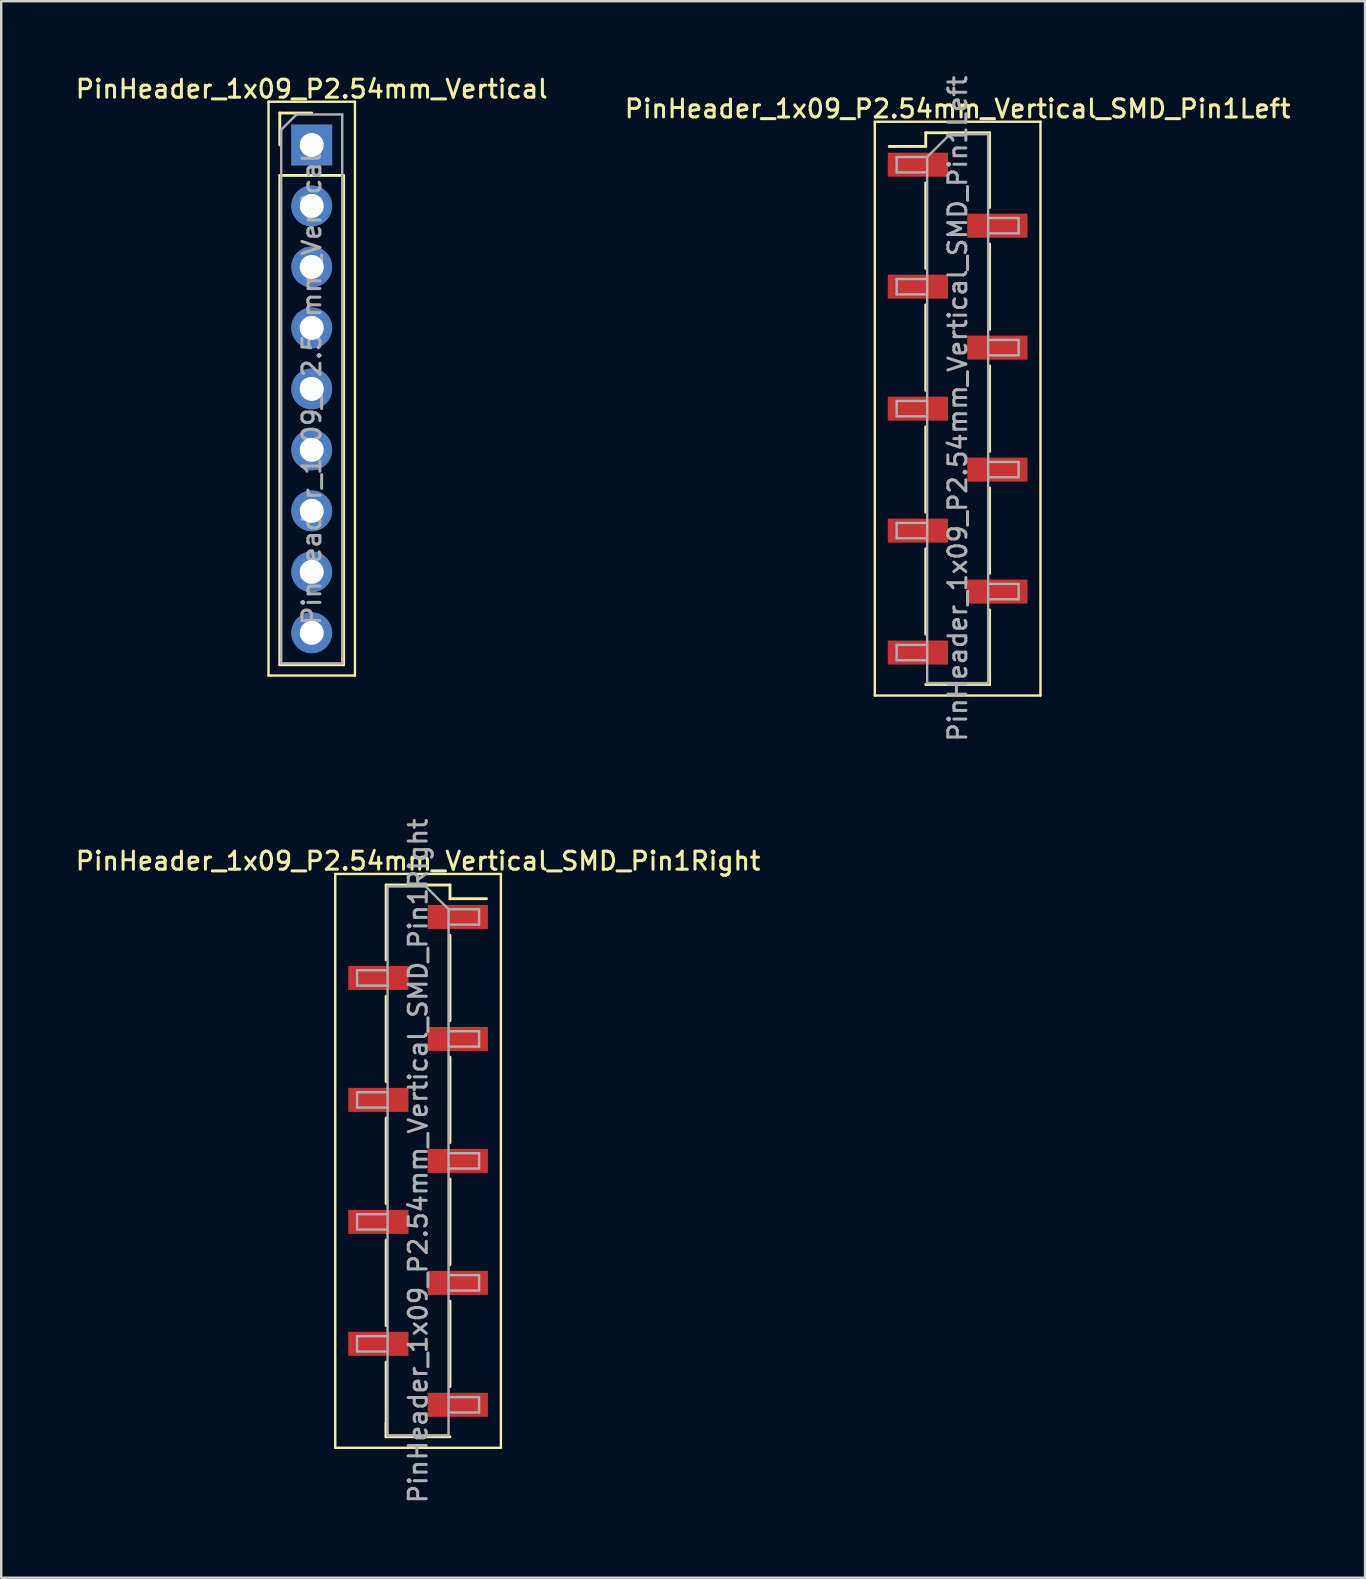
<source format=kicad_pcb>
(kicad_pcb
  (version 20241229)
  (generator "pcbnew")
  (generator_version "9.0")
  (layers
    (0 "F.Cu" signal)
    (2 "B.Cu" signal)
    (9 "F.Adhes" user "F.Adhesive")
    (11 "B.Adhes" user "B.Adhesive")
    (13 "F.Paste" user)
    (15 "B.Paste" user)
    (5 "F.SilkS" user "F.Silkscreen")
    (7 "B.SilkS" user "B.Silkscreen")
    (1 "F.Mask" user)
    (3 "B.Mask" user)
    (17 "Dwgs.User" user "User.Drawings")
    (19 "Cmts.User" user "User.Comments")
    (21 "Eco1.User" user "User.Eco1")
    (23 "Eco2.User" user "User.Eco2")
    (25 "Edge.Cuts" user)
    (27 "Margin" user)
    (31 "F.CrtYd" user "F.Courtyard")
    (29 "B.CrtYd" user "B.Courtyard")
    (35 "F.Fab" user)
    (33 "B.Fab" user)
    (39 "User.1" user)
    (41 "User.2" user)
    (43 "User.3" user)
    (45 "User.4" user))
  (footprint "PinHeader_1x09_P2.54mm_Vertical_SMD_Pin1Left"
    (layer "F.Cu")
    (at 36.838 13.97)
    (property "Reference" "PinHeader_1x09_P2.54mm_Vertical_SMD_Pin1Left" (at 0 -12.49 0) (layer "F.SilkS") (effects (font (size 0.75 0.75) (thickness 0.125))))
    (attr smd)
    (fp_line (start -3.45 -11.95) (end -3.45 11.95) (stroke (width 0.1) (type solid)) (layer "F.SilkS"))
    (fp_line (start -3.45 11.95) (end 3.45 11.95) (stroke (width 0.1) (type solid)) (layer "F.SilkS"))
    (fp_line (start -1.33 -11.49) (end -1.33 -10.92) (stroke (width 0.12) (type solid)) (layer "F.SilkS"))
    (fp_line (start -1.33 -11.49) (end 1.33 -11.49) (stroke (width 0.12) (type solid)) (layer "F.SilkS"))
    (fp_line (start -1.33 -10.92) (end -2.85 -10.92) (stroke (width 0.12) (type solid)) (layer "F.SilkS"))
    (fp_line (start -1.33 -9.4) (end -1.33 -5.84) (stroke (width 0.12) (type solid)) (layer "F.SilkS"))
    (fp_line (start -1.33 -4.32) (end -1.33 -0.76) (stroke (width 0.12) (type solid)) (layer "F.SilkS"))
    (fp_line (start -1.33 0.76) (end -1.33 4.32) (stroke (width 0.12) (type solid)) (layer "F.SilkS"))
    (fp_line (start -1.33 5.84) (end -1.33 9.4) (stroke (width 0.12) (type solid)) (layer "F.SilkS"))
    (fp_line (start -1.33 11.49) (end 1.33 11.49) (stroke (width 0.12) (type solid)) (layer "F.SilkS"))
    (fp_line (start 1.33 -11.49) (end 1.33 -8.38) (stroke (width 0.12) (type solid)) (layer "F.SilkS"))
    (fp_line (start 1.33 -6.86) (end 1.33 -3.3) (stroke (width 0.12) (type solid)) (layer "F.SilkS"))
    (fp_line (start 1.33 -1.78) (end 1.33 1.78) (stroke (width 0.12) (type solid)) (layer "F.SilkS"))
    (fp_line (start 1.33 3.3) (end 1.33 6.86) (stroke (width 0.12) (type solid)) (layer "F.SilkS"))
    (fp_line (start 1.33 8.38) (end 1.33 11.49) (stroke (width 0.12) (type solid)) (layer "F.SilkS"))
    (fp_line (start 1.33 10.92) (end 1.33 11.49) (stroke (width 0.12) (type solid)) (layer "F.SilkS"))
    (fp_line (start 3.45 -11.95) (end -3.45 -11.95) (stroke (width 0.1) (type solid)) (layer "F.SilkS"))
    (fp_line (start 3.45 11.95) (end 3.45 -11.95) (stroke (width 0.1) (type solid)) (layer "F.SilkS"))
    (fp_line (start -2.54 -10.48) (end -2.54 -9.84) (stroke (width 0.1) (type solid)) (layer "F.Fab"))
    (fp_line (start -2.54 -9.84) (end -1.27 -9.84) (stroke (width 0.1) (type solid)) (layer "F.Fab"))
    (fp_line (start -2.54 -5.4) (end -2.54 -4.76) (stroke (width 0.1) (type solid)) (layer "F.Fab"))
    (fp_line (start -2.54 -4.76) (end -1.27 -4.76) (stroke (width 0.1) (type solid)) (layer "F.Fab"))
    (fp_line (start -2.54 -0.32) (end -2.54 0.32) (stroke (width 0.1) (type solid)) (layer "F.Fab"))
    (fp_line (start -2.54 0.32) (end -1.27 0.32) (stroke (width 0.1) (type solid)) (layer "F.Fab"))
    (fp_line (start -2.54 4.76) (end -2.54 5.4) (stroke (width 0.1) (type solid)) (layer "F.Fab"))
    (fp_line (start -2.54 5.4) (end -1.27 5.4) (stroke (width 0.1) (type solid)) (layer "F.Fab"))
    (fp_line (start -2.54 9.84) (end -2.54 10.48) (stroke (width 0.1) (type solid)) (layer "F.Fab"))
    (fp_line (start -2.54 10.48) (end -1.27 10.48) (stroke (width 0.1) (type solid)) (layer "F.Fab"))
    (fp_line (start -1.27 -10.48) (end -2.54 -10.48) (stroke (width 0.1) (type solid)) (layer "F.Fab"))
    (fp_line (start -1.27 -10.48) (end -0.32 -11.43) (stroke (width 0.1) (type solid)) (layer "F.Fab"))
    (fp_line (start -1.27 -5.4) (end -2.54 -5.4) (stroke (width 0.1) (type solid)) (layer "F.Fab"))
    (fp_line (start -1.27 -0.32) (end -2.54 -0.32) (stroke (width 0.1) (type solid)) (layer "F.Fab"))
    (fp_line (start -1.27 4.76) (end -2.54 4.76) (stroke (width 0.1) (type solid)) (layer "F.Fab"))
    (fp_line (start -1.27 9.84) (end -2.54 9.84) (stroke (width 0.1) (type solid)) (layer "F.Fab"))
    (fp_line (start -1.27 11.43) (end -1.27 -10.48) (stroke (width 0.1) (type solid)) (layer "F.Fab"))
    (fp_line (start -0.32 -11.43) (end 1.27 -11.43) (stroke (width 0.1) (type solid)) (layer "F.Fab"))
    (fp_line (start 1.27 -11.43) (end 1.27 11.43) (stroke (width 0.1) (type solid)) (layer "F.Fab"))
    (fp_line (start 1.27 -7.94) (end 2.54 -7.94) (stroke (width 0.1) (type solid)) (layer "F.Fab"))
    (fp_line (start 1.27 -2.86) (end 2.54 -2.86) (stroke (width 0.1) (type solid)) (layer "F.Fab"))
    (fp_line (start 1.27 2.22) (end 2.54 2.22) (stroke (width 0.1) (type solid)) (layer "F.Fab"))
    (fp_line (start 1.27 7.3) (end 2.54 7.3) (stroke (width 0.1) (type solid)) (layer "F.Fab"))
    (fp_line (start 1.27 11.43) (end -1.27 11.43) (stroke (width 0.1) (type solid)) (layer "F.Fab"))
    (fp_line (start 2.54 -7.94) (end 2.54 -7.3) (stroke (width 0.1) (type solid)) (layer "F.Fab"))
    (fp_line (start 2.54 -7.3) (end 1.27 -7.3) (stroke (width 0.1) (type solid)) (layer "F.Fab"))
    (fp_line (start 2.54 -2.86) (end 2.54 -2.22) (stroke (width 0.1) (type solid)) (layer "F.Fab"))
    (fp_line (start 2.54 -2.22) (end 1.27 -2.22) (stroke (width 0.1) (type solid)) (layer "F.Fab"))
    (fp_line (start 2.54 2.22) (end 2.54 2.86) (stroke (width 0.1) (type solid)) (layer "F.Fab"))
    (fp_line (start 2.54 2.86) (end 1.27 2.86) (stroke (width 0.1) (type solid)) (layer "F.Fab"))
    (fp_line (start 2.54 7.3) (end 2.54 7.94) (stroke (width 0.1) (type solid)) (layer "F.Fab"))
    (fp_line (start 2.54 7.94) (end 1.27 7.94) (stroke (width 0.1) (type solid)) (layer "F.Fab"))
    (fp_text user "${REFERENCE}" (at 0 0 90) (layer "F.Fab") (effects (font (size 0.75 0.75) (thickness 0.125))))
    (pad "1" smd rect (at -1.655 -10.16) (size 2.51 1) (layers "F.Cu" "F.Mask" "F.Paste"))
    (pad "2" smd rect (at 1.655 -7.62) (size 2.51 1) (layers "F.Cu" "F.Mask" "F.Paste"))
    (pad "3" smd rect (at -1.655 -5.08) (size 2.51 1) (layers "F.Cu" "F.Mask" "F.Paste"))
    (pad "4" smd rect (at 1.655 -2.54) (size 2.51 1) (layers "F.Cu" "F.Mask" "F.Paste"))
    (pad "5" smd rect (at -1.655 0) (size 2.51 1) (layers "F.Cu" "F.Mask" "F.Paste"))
    (pad "6" smd rect (at 1.655 2.54) (size 2.51 1) (layers "F.Cu" "F.Mask" "F.Paste"))
    (pad "7" smd rect (at -1.655 5.08) (size 2.51 1) (layers "F.Cu" "F.Mask" "F.Paste"))
    (pad "8" smd rect (at 1.655 7.62) (size 2.51 1) (layers "F.Cu" "F.Mask" "F.Paste"))
    (pad "9" smd rect (at -1.655 10.16) (size 2.51 1) (layers "F.Cu" "F.Mask" "F.Paste")))
  (footprint "PinHeader_1x09_P2.54mm_Vertical_SMD_Pin1Right"
    (layer "F.Cu")
    (at 14.363 45.302)
    (property "Reference" "PinHeader_1x09_P2.54mm_Vertical_SMD_Pin1Right" (at 0 -12.49 0) (layer "F.SilkS") (effects (font (size 0.75 0.75) (thickness 0.125))))
    (attr smd)
    (fp_line (start -3.45 -11.95) (end -3.45 11.95) (stroke (width 0.1) (type solid)) (layer "F.SilkS"))
    (fp_line (start -3.45 11.95) (end 3.45 11.95) (stroke (width 0.1) (type solid)) (layer "F.SilkS"))
    (fp_line (start -1.33 -11.49) (end -1.33 -8.38) (stroke (width 0.12) (type solid)) (layer "F.SilkS"))
    (fp_line (start -1.33 -11.49) (end 1.33 -11.49) (stroke (width 0.12) (type solid)) (layer "F.SilkS"))
    (fp_line (start -1.33 -6.86) (end -1.33 -3.3) (stroke (width 0.12) (type solid)) (layer "F.SilkS"))
    (fp_line (start -1.33 -1.78) (end -1.33 1.78) (stroke (width 0.12) (type solid)) (layer "F.SilkS"))
    (fp_line (start -1.33 3.3) (end -1.33 6.86) (stroke (width 0.12) (type solid)) (layer "F.SilkS"))
    (fp_line (start -1.33 8.38) (end -1.33 11.49) (stroke (width 0.12) (type solid)) (layer "F.SilkS"))
    (fp_line (start -1.33 10.92) (end -1.33 11.49) (stroke (width 0.12) (type solid)) (layer "F.SilkS"))
    (fp_line (start -1.33 11.49) (end 1.33 11.49) (stroke (width 0.12) (type solid)) (layer "F.SilkS"))
    (fp_line (start 1.33 -11.49) (end 1.33 -10.92) (stroke (width 0.12) (type solid)) (layer "F.SilkS"))
    (fp_line (start 1.33 -10.92) (end 2.85 -10.92) (stroke (width 0.12) (type solid)) (layer "F.SilkS"))
    (fp_line (start 1.33 -9.4) (end 1.33 -5.84) (stroke (width 0.12) (type solid)) (layer "F.SilkS"))
    (fp_line (start 1.33 -4.32) (end 1.33 -0.76) (stroke (width 0.12) (type solid)) (layer "F.SilkS"))
    (fp_line (start 1.33 0.76) (end 1.33 4.32) (stroke (width 0.12) (type solid)) (layer "F.SilkS"))
    (fp_line (start 1.33 5.84) (end 1.33 9.4) (stroke (width 0.12) (type solid)) (layer "F.SilkS"))
    (fp_line (start 3.45 -11.95) (end -3.45 -11.95) (stroke (width 0.1) (type solid)) (layer "F.SilkS"))
    (fp_line (start 3.45 11.95) (end 3.45 -11.95) (stroke (width 0.1) (type solid)) (layer "F.SilkS"))
    (fp_line (start -2.54 -7.94) (end -2.54 -7.3) (stroke (width 0.1) (type solid)) (layer "F.Fab"))
    (fp_line (start -2.54 -7.3) (end -1.27 -7.3) (stroke (width 0.1) (type solid)) (layer "F.Fab"))
    (fp_line (start -2.54 -2.86) (end -2.54 -2.22) (stroke (width 0.1) (type solid)) (layer "F.Fab"))
    (fp_line (start -2.54 -2.22) (end -1.27 -2.22) (stroke (width 0.1) (type solid)) (layer "F.Fab"))
    (fp_line (start -2.54 2.22) (end -2.54 2.86) (stroke (width 0.1) (type solid)) (layer "F.Fab"))
    (fp_line (start -2.54 2.86) (end -1.27 2.86) (stroke (width 0.1) (type solid)) (layer "F.Fab"))
    (fp_line (start -2.54 7.3) (end -2.54 7.94) (stroke (width 0.1) (type solid)) (layer "F.Fab"))
    (fp_line (start -2.54 7.94) (end -1.27 7.94) (stroke (width 0.1) (type solid)) (layer "F.Fab"))
    (fp_line (start -1.27 -11.43) (end -1.27 11.43) (stroke (width 0.1) (type solid)) (layer "F.Fab"))
    (fp_line (start -1.27 -11.43) (end 0.32 -11.43) (stroke (width 0.1) (type solid)) (layer "F.Fab"))
    (fp_line (start -1.27 -7.94) (end -2.54 -7.94) (stroke (width 0.1) (type solid)) (layer "F.Fab"))
    (fp_line (start -1.27 -2.86) (end -2.54 -2.86) (stroke (width 0.1) (type solid)) (layer "F.Fab"))
    (fp_line (start -1.27 2.22) (end -2.54 2.22) (stroke (width 0.1) (type solid)) (layer "F.Fab"))
    (fp_line (start -1.27 7.3) (end -2.54 7.3) (stroke (width 0.1) (type solid)) (layer "F.Fab"))
    (fp_line (start 1.27 -10.48) (end 0.32 -11.43) (stroke (width 0.1) (type solid)) (layer "F.Fab"))
    (fp_line (start 1.27 -10.48) (end 2.54 -10.48) (stroke (width 0.1) (type solid)) (layer "F.Fab"))
    (fp_line (start 1.27 -5.4) (end 2.54 -5.4) (stroke (width 0.1) (type solid)) (layer "F.Fab"))
    (fp_line (start 1.27 -0.32) (end 2.54 -0.32) (stroke (width 0.1) (type solid)) (layer "F.Fab"))
    (fp_line (start 1.27 4.76) (end 2.54 4.76) (stroke (width 0.1) (type solid)) (layer "F.Fab"))
    (fp_line (start 1.27 9.84) (end 2.54 9.84) (stroke (width 0.1) (type solid)) (layer "F.Fab"))
    (fp_line (start 1.27 11.43) (end -1.27 11.43) (stroke (width 0.1) (type solid)) (layer "F.Fab"))
    (fp_line (start 1.27 11.43) (end 1.27 -10.48) (stroke (width 0.1) (type solid)) (layer "F.Fab"))
    (fp_line (start 2.54 -10.48) (end 2.54 -9.84) (stroke (width 0.1) (type solid)) (layer "F.Fab"))
    (fp_line (start 2.54 -9.84) (end 1.27 -9.84) (stroke (width 0.1) (type solid)) (layer "F.Fab"))
    (fp_line (start 2.54 -5.4) (end 2.54 -4.76) (stroke (width 0.1) (type solid)) (layer "F.Fab"))
    (fp_line (start 2.54 -4.76) (end 1.27 -4.76) (stroke (width 0.1) (type solid)) (layer "F.Fab"))
    (fp_line (start 2.54 -0.32) (end 2.54 0.32) (stroke (width 0.1) (type solid)) (layer "F.Fab"))
    (fp_line (start 2.54 0.32) (end 1.27 0.32) (stroke (width 0.1) (type solid)) (layer "F.Fab"))
    (fp_line (start 2.54 4.76) (end 2.54 5.4) (stroke (width 0.1) (type solid)) (layer "F.Fab"))
    (fp_line (start 2.54 5.4) (end 1.27 5.4) (stroke (width 0.1) (type solid)) (layer "F.Fab"))
    (fp_line (start 2.54 9.84) (end 2.54 10.48) (stroke (width 0.1) (type solid)) (layer "F.Fab"))
    (fp_line (start 2.54 10.48) (end 1.27 10.48) (stroke (width 0.1) (type solid)) (layer "F.Fab"))
    (fp_text user "${REFERENCE}" (at 0 0 90) (layer "F.Fab") (effects (font (size 0.75 0.75) (thickness 0.125))))
    (pad "1" smd rect (at 1.655 -10.16) (size 2.51 1) (layers "F.Cu" "F.Mask" "F.Paste"))
    (pad "2" smd rect (at -1.655 -7.62) (size 2.51 1) (layers "F.Cu" "F.Mask" "F.Paste"))
    (pad "3" smd rect (at 1.655 -5.08) (size 2.51 1) (layers "F.Cu" "F.Mask" "F.Paste"))
    (pad "4" smd rect (at -1.655 -2.54) (size 2.51 1) (layers "F.Cu" "F.Mask" "F.Paste"))
    (pad "5" smd rect (at 1.655 0) (size 2.51 1) (layers "F.Cu" "F.Mask" "F.Paste"))
    (pad "6" smd rect (at -1.655 2.54) (size 2.51 1) (layers "F.Cu" "F.Mask" "F.Paste"))
    (pad "7" smd rect (at 1.655 5.08) (size 2.51 1) (layers "F.Cu" "F.Mask" "F.Paste"))
    (pad "8" smd rect (at -1.655 7.62) (size 2.51 1) (layers "F.Cu" "F.Mask" "F.Paste"))
    (pad "9" smd rect (at 1.655 10.16) (size 2.51 1) (layers "F.Cu" "F.Mask" "F.Paste")))
  (footprint "PinHeader_1x09_P2.54mm_Vertical"
    (layer "F.Cu")
    (at 9.934 2.988)
    (property "Reference" "PinHeader_1x09_P2.54mm_Vertical" (at 0 -2.33 0) (layer "F.SilkS") (effects (font (size 0.75 0.75) (thickness 0.125))))
    (attr through_hole)
    (fp_line (start -1.8 -1.8) (end -1.8 22.1) (stroke (width 0.1) (type solid)) (layer "F.SilkS"))
    (fp_line (start -1.8 22.1) (end 1.8 22.1) (stroke (width 0.1) (type solid)) (layer "F.SilkS"))
    (fp_line (start -1.33 -1.33) (end 0 -1.33) (stroke (width 0.12) (type solid)) (layer "F.SilkS"))
    (fp_line (start -1.33 0) (end -1.33 -1.33) (stroke (width 0.12) (type solid)) (layer "F.SilkS"))
    (fp_line (start -1.33 1.27) (end -1.33 21.65) (stroke (width 0.12) (type solid)) (layer "F.SilkS"))
    (fp_line (start -1.33 1.27) (end 1.33 1.27) (stroke (width 0.12) (type solid)) (layer "F.SilkS"))
    (fp_line (start -1.33 21.65) (end 1.33 21.65) (stroke (width 0.12) (type solid)) (layer "F.SilkS"))
    (fp_line (start 1.33 1.27) (end 1.33 21.65) (stroke (width 0.12) (type solid)) (layer "F.SilkS"))
    (fp_line (start 1.8 -1.8) (end -1.8 -1.8) (stroke (width 0.1) (type solid)) (layer "F.SilkS"))
    (fp_line (start 1.8 22.1) (end 1.8 -1.8) (stroke (width 0.1) (type solid)) (layer "F.SilkS"))
    (fp_line (start -1.27 -0.635) (end -0.635 -1.27) (stroke (width 0.1) (type solid)) (layer "F.Fab"))
    (fp_line (start -1.27 21.59) (end -1.27 -0.635) (stroke (width 0.1) (type solid)) (layer "F.Fab"))
    (fp_line (start -0.635 -1.27) (end 1.27 -1.27) (stroke (width 0.1) (type solid)) (layer "F.Fab"))
    (fp_line (start 1.27 -1.27) (end 1.27 21.59) (stroke (width 0.1) (type solid)) (layer "F.Fab"))
    (fp_line (start 1.27 21.59) (end -1.27 21.59) (stroke (width 0.1) (type solid)) (layer "F.Fab"))
    (fp_text user "${REFERENCE}" (at 0 10.16 90) (layer "F.Fab") (effects (font (size 0.75 0.75) (thickness 0.125))))
    (pad "1" thru_hole rect (at 0 0) (size 1.7 1.7) (drill 1) (layers "*.Cu" "*.Mask"))
    (pad "2" thru_hole oval (at 0 2.54) (size 1.7 1.7) (drill 1) (layers "*.Cu" "*.Mask"))
    (pad "3" thru_hole oval (at 0 5.08) (size 1.7 1.7) (drill 1) (layers "*.Cu" "*.Mask"))
    (pad "4" thru_hole oval (at 0 7.62) (size 1.7 1.7) (drill 1) (layers "*.Cu" "*.Mask"))
    (pad "5" thru_hole oval (at 0 10.16) (size 1.7 1.7) (drill 1) (layers "*.Cu" "*.Mask"))
    (pad "6" thru_hole oval (at 0 12.7) (size 1.7 1.7) (drill 1) (layers "*.Cu" "*.Mask"))
    (pad "7" thru_hole oval (at 0 15.24) (size 1.7 1.7) (drill 1) (layers "*.Cu" "*.Mask"))
    (pad "8" thru_hole oval (at 0 17.78) (size 1.7 1.7) (drill 1) (layers "*.Cu" "*.Mask"))
    (pad "9" thru_hole oval (at 0 20.32) (size 1.7 1.7) (drill 1) (layers "*.Cu" "*.Mask")))
  (gr_rect
    (start -3 -3)
    (end 53.807 62.664)
    (stroke (width 0.1) (type default))
    (fill no)
    (layer "Edge.Cuts")))
</source>
